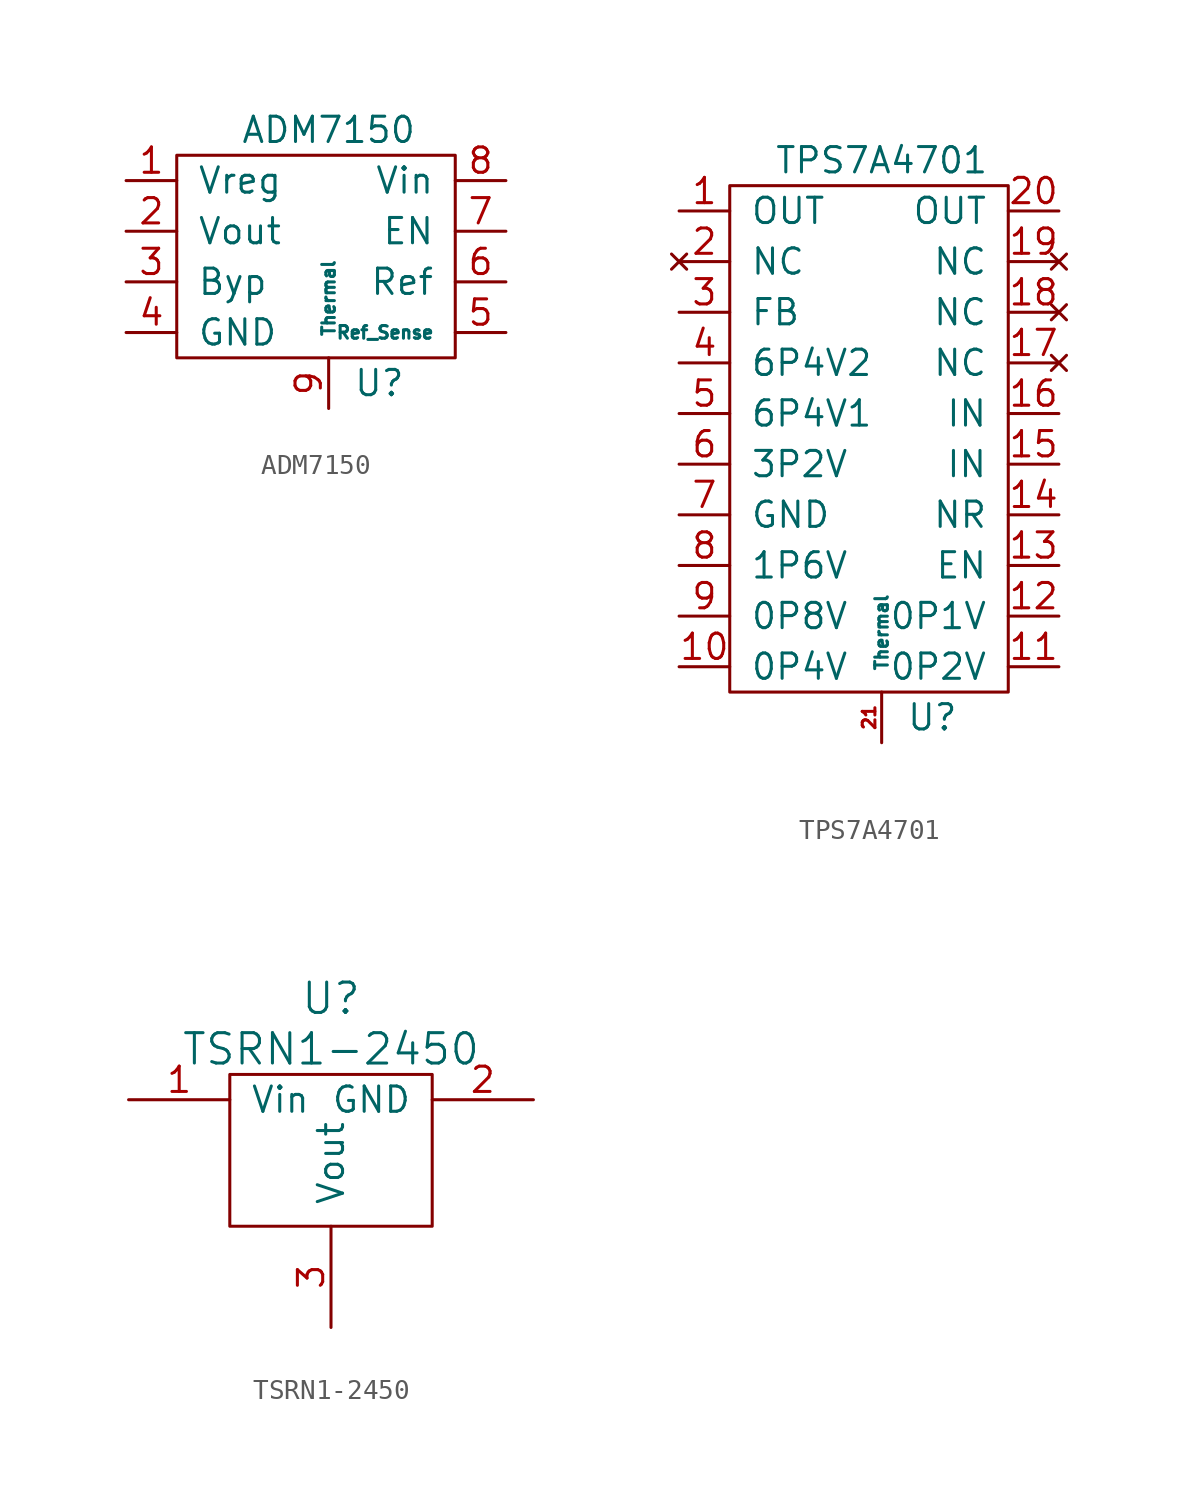
<source format=kicad_sym>
(kicad_symbol_lib
  (version 20211014)
  (generator kicad_symbol_editor)
  (symbol "ADM7150"
    (pin_names
      (offset 1.016))
    (property "Reference" "U"
      (at 2.54 -6.35 0)
      (effects (font (size 1.27 1.27))))
    (property "Value" "ADM7150"
      (at 0 6.35 0)
      (effects (font (size 1.27 1.27))))
    (symbol "ADM7150_0_1"
      (rectangle (start -7.62 5.08) (end 6.35 -5.08) (stroke (width 0) (type default) (color 0 0 0 0)) (fill (type none))))
    (symbol "ADM7150_1_1"
      (pin input line (at -10.16 3.81 0) (length 2.54) (name "Vreg" (effects (font (size 1.27 1.27)))) (number "1" (effects (font (size 1.27 1.27)))))
      (pin input line (at -10.16 1.27 0) (length 2.54) (name "Vout" (effects (font (size 1.27 1.27)))) (number "2" (effects (font (size 1.27 1.27)))))
      (pin input line (at -10.16 -1.27 0) (length 2.54) (name "Byp" (effects (font (size 1.27 1.27)))) (number "3" (effects (font (size 1.27 1.27)))))
      (pin input line (at -10.16 -3.81 0) (length 2.54) (name "GND" (effects (font (size 1.27 1.27)))) (number "4" (effects (font (size 1.27 1.27)))))
      (pin input line (at 8.89 -3.81 180) (length 2.54) (name "Ref_Sense" (effects (font (size 0.635 0.635)))) (number "5" (effects (font (size 1.27 1.27)))))
      (pin input line (at 8.89 -1.27 180) (length 2.54) (name "Ref" (effects (font (size 1.27 1.27)))) (number "6" (effects (font (size 1.27 1.27)))))
      (pin input line (at 8.89 1.27 180) (length 2.54) (name "EN" (effects (font (size 1.27 1.27)))) (number "7" (effects (font (size 1.27 1.27)))))
      (pin input line (at 8.89 3.81 180) (length 2.54) (name "Vin" (effects (font (size 1.27 1.27)))) (number "8" (effects (font (size 1.27 1.27)))))
      (pin input line (at 0 -7.62 90) (length 2.54) (name "Thermal" (effects (font (size 0.635 0.635)))) (number "9" (effects (font (size 1.27 1.27)))))))
  (symbol "TPS7A4701"
    (pin_names
      (offset 1.016))
    (property "Reference" "U"
      (at 2.54 -13.97 0)
      (effects (font (size 1.27 1.27))))
    (property "Value" "TPS7A4701"
      (at 0 13.97 0)
      (effects (font (size 1.27 1.27))))
    (symbol "TPS7A4701_0_1"
      (rectangle (start -7.62 12.7) (end 6.35 -12.7) (stroke (width 0) (type default) (color 0 0 0 0)) (fill (type none))))
    (symbol "TPS7A4701_1_1"
      (pin input line (at -10.16 11.43 0) (length 2.54) (name "OUT" (effects (font (size 1.27 1.27)))) (number "1" (effects (font (size 1.27 1.27)))))
      (pin input line (at -10.16 -11.43 0) (length 2.54) (name "0P4V" (effects (font (size 1.27 1.27)))) (number "10" (effects (font (size 1.27 1.27)))))
      (pin input line (at 8.89 -11.43 180) (length 2.54) (name "0P2V" (effects (font (size 1.27 1.27)))) (number "11" (effects (font (size 1.27 1.27)))))
      (pin input line (at 8.89 -8.89 180) (length 2.54) (name "0P1V" (effects (font (size 1.27 1.27)))) (number "12" (effects (font (size 1.27 1.27)))))
      (pin input line (at 8.89 -6.35 180) (length 2.54) (name "EN" (effects (font (size 1.27 1.27)))) (number "13" (effects (font (size 1.27 1.27)))))
      (pin input line (at 8.89 -3.81 180) (length 2.54) (name "NR" (effects (font (size 1.27 1.27)))) (number "14" (effects (font (size 1.27 1.27)))))
      (pin input line (at 8.89 -1.27 180) (length 2.54) (name "IN" (effects (font (size 1.27 1.27)))) (number "15" (effects (font (size 1.27 1.27)))))
      (pin input line (at 8.89 1.27 180) (length 2.54) (name "IN" (effects (font (size 1.27 1.27)))) (number "16" (effects (font (size 1.27 1.27)))))
      (pin no_connect line (at 8.89 3.81 180) (length 2.54) (name "NC" (effects (font (size 1.27 1.27)))) (number "17" (effects (font (size 1.27 1.27)))))
      (pin no_connect line (at 8.89 6.35 180) (length 2.54) (name "NC" (effects (font (size 1.27 1.27)))) (number "18" (effects (font (size 1.27 1.27)))))
      (pin no_connect line (at 8.89 8.89 180) (length 2.54) (name "NC" (effects (font (size 1.27 1.27)))) (number "19" (effects (font (size 1.27 1.27)))))
      (pin no_connect line (at -10.16 8.89 0) (length 2.54) (name "NC" (effects (font (size 1.27 1.27)))) (number "2" (effects (font (size 1.27 1.27)))))
      (pin input line (at 8.89 11.43 180) (length 2.54) (name "OUT" (effects (font (size 1.27 1.27)))) (number "20" (effects (font (size 1.27 1.27)))))
      (pin input line (at 0 -15.24 90) (length 2.54) (name "Thermal" (effects (font (size 0.635 0.635)))) (number "21" (effects (font (size 0.635 0.635)))))
      (pin input line (at -10.16 6.35 0) (length 2.54) (name "FB" (effects (font (size 1.27 1.27)))) (number "3" (effects (font (size 1.27 1.27)))))
      (pin input line (at -10.16 3.81 0) (length 2.54) (name "6P4V2" (effects (font (size 1.27 1.27)))) (number "4" (effects (font (size 1.27 1.27)))))
      (pin input line (at -10.16 1.27 0) (length 2.54) (name "6P4V1" (effects (font (size 1.27 1.27)))) (number "5" (effects (font (size 1.27 1.27)))))
      (pin input line (at -10.16 -1.27 0) (length 2.54) (name "3P2V" (effects (font (size 1.27 1.27)))) (number "6" (effects (font (size 1.27 1.27)))))
      (pin input line (at -10.16 -3.81 0) (length 2.54) (name "GND" (effects (font (size 1.27 1.27)))) (number "7" (effects (font (size 1.27 1.27)))))
      (pin input line (at -10.16 -6.35 0) (length 2.54) (name "1P6V" (effects (font (size 1.27 1.27)))) (number "8" (effects (font (size 1.27 1.27)))))
      (pin input line (at -10.16 -8.89 0) (length 2.54) (name "0P8V" (effects (font (size 1.27 1.27)))) (number "9" (effects (font (size 1.27 1.27)))))))
  (symbol "TSRN1-2450"
    (pin_names
      (offset 1.016))
    (property "Reference" "U"
      (at 0 5.08 0)
      (effects (font (size 1.524 1.524))))
    (property "Value" "TSRN1-2450"
      (at 0 2.54 0)
      (effects (font (size 1.524 1.524))))
    (symbol "TSRN1-2450_0_1"
      (rectangle (start 5.08 -6.35) (end -5.08 1.27) (stroke (width 0) (type default) (color 0 0 0 0)) (fill (type none))))
    (symbol "TSRN1-2450_1_1"
      (pin input line (at -10.16 0 0) (length 5.08) (name "Vin" (effects (font (size 1.27 1.27)))) (number "1" (effects (font (size 1.27 1.27)))))
      (pin input line (at 10.16 0 180) (length 5.08) (name "GND" (effects (font (size 1.27 1.27)))) (number "2" (effects (font (size 1.27 1.27)))))
      (pin input line (at 0 -11.43 90) (length 5.08) (name "Vout" (effects (font (size 1.27 1.27)))) (number "3" (effects (font (size 1.27 1.27))))))))
</source>
